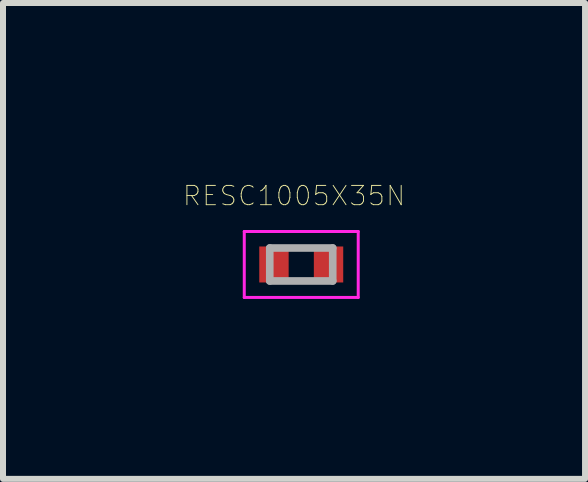
<source format=kicad_pcb>
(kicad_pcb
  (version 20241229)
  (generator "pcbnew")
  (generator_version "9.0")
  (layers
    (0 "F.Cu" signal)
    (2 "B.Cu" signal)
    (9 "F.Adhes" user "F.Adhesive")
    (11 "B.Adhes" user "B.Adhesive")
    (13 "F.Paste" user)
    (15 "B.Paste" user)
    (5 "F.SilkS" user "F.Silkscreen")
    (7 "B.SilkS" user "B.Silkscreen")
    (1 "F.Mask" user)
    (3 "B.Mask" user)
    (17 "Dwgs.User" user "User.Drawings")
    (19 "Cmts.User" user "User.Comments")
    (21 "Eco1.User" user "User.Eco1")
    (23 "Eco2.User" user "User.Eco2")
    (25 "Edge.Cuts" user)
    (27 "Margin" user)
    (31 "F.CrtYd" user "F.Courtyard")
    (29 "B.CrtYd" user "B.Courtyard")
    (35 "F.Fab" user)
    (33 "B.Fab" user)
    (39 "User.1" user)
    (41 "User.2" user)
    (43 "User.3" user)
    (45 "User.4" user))
  (footprint "RESC1005X35N"
    (layer "F.Cu")
    (at 1.973 1.36)
    (property "Reference" "RESC1005X35N" (at -0.12 -1.145 0) (layer "F.SilkS") (effects (font (size 0.322 0.322) (thickness 0.015))))
    (attr through_hole)
    (fp_line (start -0.95 -0.55) (end 0.95 -0.55) (stroke (width 0.05) (type solid)) (layer "F.CrtYd"))
    (fp_line (start -0.95 0.55) (end -0.95 -0.55) (stroke (width 0.05) (type solid)) (layer "F.CrtYd"))
    (fp_line (start 0.95 -0.55) (end 0.95 0.55) (stroke (width 0.05) (type solid)) (layer "F.CrtYd"))
    (fp_line (start 0.95 0.55) (end -0.95 0.55) (stroke (width 0.05) (type solid)) (layer "F.CrtYd"))
    (fp_line (start -0.525 -0.275) (end -0.525 0.275) (stroke (width 0.127) (type solid)) (layer "F.Fab"))
    (fp_line (start -0.525 -0.275) (end 0.525 -0.275) (stroke (width 0.127) (type solid)) (layer "F.Fab"))
    (fp_line (start -0.525 0.275) (end 0.525 0.275) (stroke (width 0.127) (type solid)) (layer "F.Fab"))
    (fp_line (start 0.525 -0.275) (end 0.525 0.275) (stroke (width 0.127) (type solid)) (layer "F.Fab"))
    (pad "1" smd rect (at -0.455 0) (size 0.49 0.6) (layers "F.Cu" "F.Mask" "F.Paste"))
    (pad "2" smd rect (at 0.455 0) (size 0.49 0.6) (layers "F.Cu" "F.Mask" "F.Paste")))
  (gr_rect
    (start -3 -3)
    (end 6.705 4.935)
    (stroke (width 0.1) (type default))
    (fill no)
    (layer "Edge.Cuts")))
</source>
